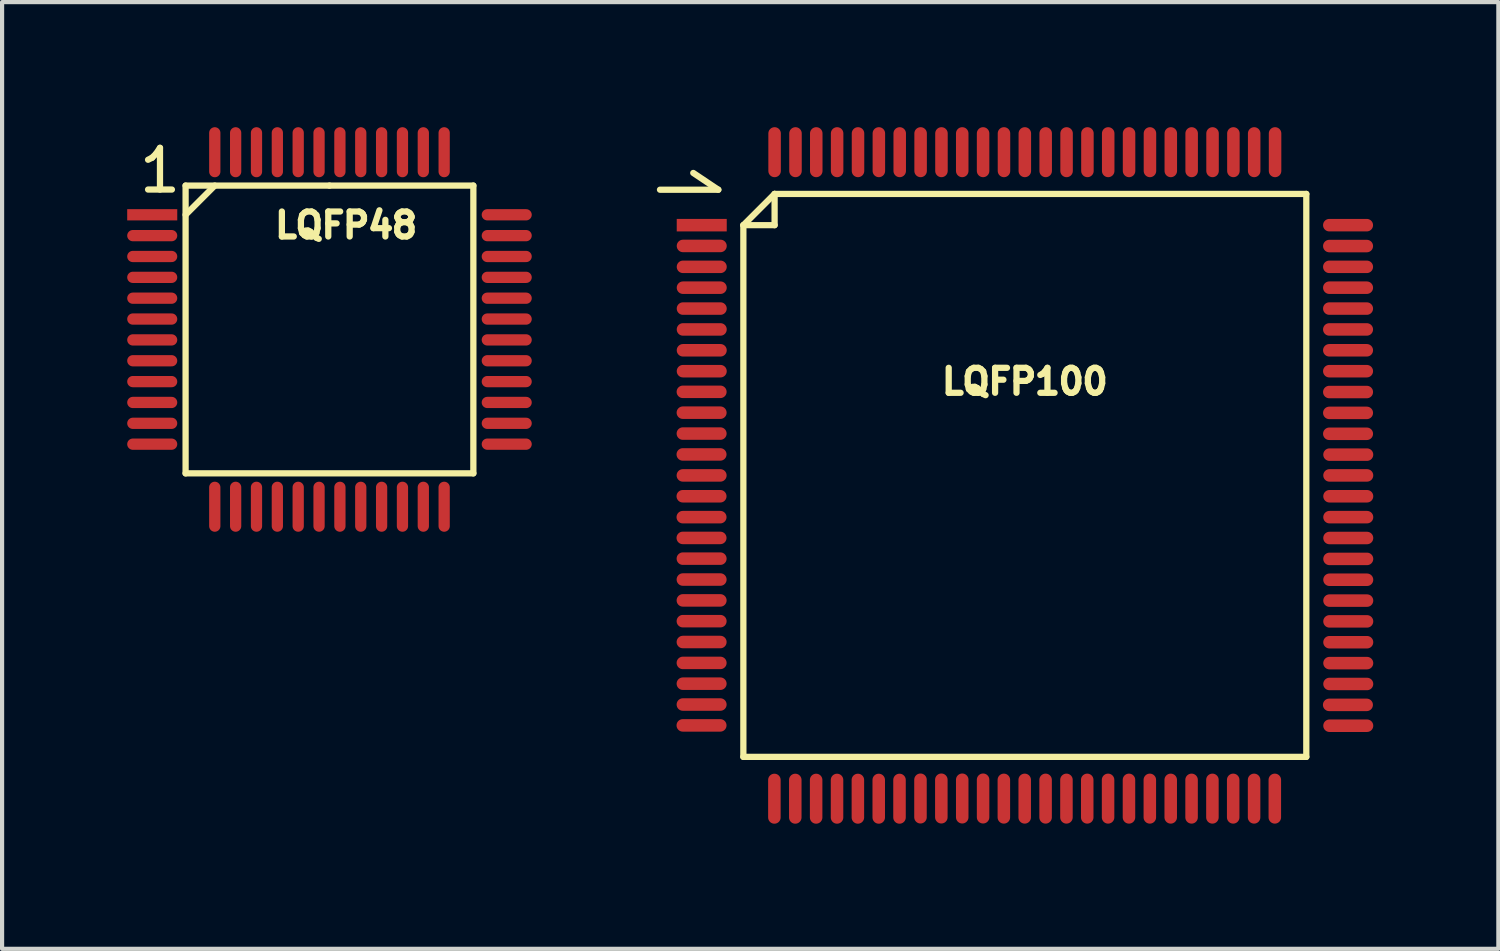
<source format=kicad_pcb>
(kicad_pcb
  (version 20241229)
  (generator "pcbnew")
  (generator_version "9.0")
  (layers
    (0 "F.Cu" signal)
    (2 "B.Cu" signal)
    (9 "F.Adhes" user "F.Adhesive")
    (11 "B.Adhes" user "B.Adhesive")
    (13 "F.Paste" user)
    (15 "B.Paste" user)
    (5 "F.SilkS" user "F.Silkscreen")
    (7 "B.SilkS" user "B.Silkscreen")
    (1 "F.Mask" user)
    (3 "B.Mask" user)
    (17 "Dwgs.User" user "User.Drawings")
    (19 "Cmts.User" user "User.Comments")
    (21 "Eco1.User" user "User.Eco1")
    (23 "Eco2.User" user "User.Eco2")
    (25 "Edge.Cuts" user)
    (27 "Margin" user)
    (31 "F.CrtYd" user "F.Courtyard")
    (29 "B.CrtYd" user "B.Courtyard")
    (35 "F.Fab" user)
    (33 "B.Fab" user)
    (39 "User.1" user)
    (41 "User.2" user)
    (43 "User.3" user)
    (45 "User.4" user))
  (footprint "LQFP48"
    (layer "F.Cu")
    (at 4.85 4.85)
    (property "Reference" "LQFP48" (at 0.399 -2.499 0) (layer "F.SilkS") (effects (font (size 0.599 0.599) (thickness 0.15))))
    (attr through_hole)
    (fp_line (start -3.45 -3.45) (end 0 -3.45) (stroke (width 0.15) (type solid)) (layer "F.SilkS"))
    (fp_line (start -3.45 -2.75) (end -2.75 -3.45) (stroke (width 0.15) (type solid)) (layer "F.SilkS"))
    (fp_line (start -3.45 3.45) (end -3.45 -3.45) (stroke (width 0.15) (type solid)) (layer "F.SilkS"))
    (fp_line (start 0 -3.45) (end 3.45 -3.45) (stroke (width 0.15) (type solid)) (layer "F.SilkS"))
    (fp_line (start 3.45 -3.45) (end 3.45 3.45) (stroke (width 0.15) (type solid)) (layer "F.SilkS"))
    (fp_line (start 3.45 3.45) (end -3.45 3.45) (stroke (width 0.15) (type solid)) (layer "F.SilkS"))
    (fp_text user "1" (at -4.064 -3.81 0) (layer "F.SilkS") (effects (font (size 1 1) (thickness 0.15))))
    (pad "1" smd rect (at -4.25 -2.75) (size 1.2 0.27) (layers "F.Cu" "F.Mask" "F.Paste"))
    (pad "2" smd oval (at -4.25 -2.25) (size 1.2 0.27) (layers "F.Cu" "F.Mask" "F.Paste"))
    (pad "3" smd oval (at -4.25 -1.75) (size 1.2 0.27) (layers "F.Cu" "F.Mask" "F.Paste"))
    (pad "4" smd oval (at -4.25 -1.25) (size 1.2 0.27) (layers "F.Cu" "F.Mask" "F.Paste"))
    (pad "5" smd oval (at -4.25 -0.75) (size 1.2 0.27) (layers "F.Cu" "F.Mask" "F.Paste"))
    (pad "6" smd oval (at -4.25 -0.25) (size 1.2 0.27) (layers "F.Cu" "F.Mask" "F.Paste"))
    (pad "7" smd oval (at -4.25 0.25) (size 1.2 0.27) (layers "F.Cu" "F.Mask" "F.Paste"))
    (pad "8" smd oval (at -4.25 0.75) (size 1.2 0.27) (layers "F.Cu" "F.Mask" "F.Paste"))
    (pad "9" smd oval (at -4.25 1.25) (size 1.2 0.27) (layers "F.Cu" "F.Mask" "F.Paste"))
    (pad "10" smd oval (at -4.25 1.75) (size 1.2 0.27) (layers "F.Cu" "F.Mask" "F.Paste"))
    (pad "11" smd oval (at -4.25 2.25) (size 1.2 0.27) (layers "F.Cu" "F.Mask" "F.Paste"))
    (pad "12" smd oval (at -4.25 2.75) (size 1.2 0.27) (layers "F.Cu" "F.Mask" "F.Paste"))
    (pad "13" smd oval (at -2.75 4.25 90) (size 1.2 0.27) (layers "F.Cu" "F.Mask" "F.Paste"))
    (pad "14" smd oval (at -2.25 4.25 90) (size 1.2 0.27) (layers "F.Cu" "F.Mask" "F.Paste"))
    (pad "15" smd oval (at -1.75 4.25 90) (size 1.2 0.27) (layers "F.Cu" "F.Mask" "F.Paste"))
    (pad "16" smd oval (at -1.25 4.25 90) (size 1.2 0.27) (layers "F.Cu" "F.Mask" "F.Paste"))
    (pad "17" smd oval (at -0.75 4.25 90) (size 1.2 0.27) (layers "F.Cu" "F.Mask" "F.Paste"))
    (pad "18" smd oval (at -0.25 4.25 90) (size 1.2 0.27) (layers "F.Cu" "F.Mask" "F.Paste"))
    (pad "19" smd oval (at 0.25 4.25 90) (size 1.2 0.27) (layers "F.Cu" "F.Mask" "F.Paste"))
    (pad "20" smd oval (at 0.75 4.25 90) (size 1.2 0.27) (layers "F.Cu" "F.Mask" "F.Paste"))
    (pad "21" smd oval (at 1.25 4.25 90) (size 1.2 0.27) (layers "F.Cu" "F.Mask" "F.Paste"))
    (pad "22" smd oval (at 1.75 4.25 90) (size 1.2 0.27) (layers "F.Cu" "F.Mask" "F.Paste"))
    (pad "23" smd oval (at 2.25 4.25 90) (size 1.2 0.27) (layers "F.Cu" "F.Mask" "F.Paste"))
    (pad "24" smd oval (at 2.75 4.25 90) (size 1.2 0.27) (layers "F.Cu" "F.Mask" "F.Paste"))
    (pad "25" smd oval (at 4.25 2.75) (size 1.2 0.27) (layers "F.Cu" "F.Mask" "F.Paste"))
    (pad "26" smd oval (at 4.25 2.25) (size 1.2 0.27) (layers "F.Cu" "F.Mask" "F.Paste"))
    (pad "27" smd oval (at 4.25 1.75) (size 1.2 0.27) (layers "F.Cu" "F.Mask" "F.Paste"))
    (pad "28" smd oval (at 4.25 1.25) (size 1.2 0.27) (layers "F.Cu" "F.Mask" "F.Paste"))
    (pad "29" smd oval (at 4.25 0.75) (size 1.2 0.27) (layers "F.Cu" "F.Mask" "F.Paste"))
    (pad "30" smd oval (at 4.25 0.25) (size 1.2 0.27) (layers "F.Cu" "F.Mask" "F.Paste"))
    (pad "31" smd oval (at 4.25 -0.25) (size 1.2 0.27) (layers "F.Cu" "F.Mask" "F.Paste"))
    (pad "32" smd oval (at 4.25 -0.75) (size 1.2 0.27) (layers "F.Cu" "F.Mask" "F.Paste"))
    (pad "33" smd oval (at 4.25 -1.25) (size 1.2 0.27) (layers "F.Cu" "F.Mask" "F.Paste"))
    (pad "34" smd oval (at 4.25 -1.75) (size 1.2 0.27) (layers "F.Cu" "F.Mask" "F.Paste"))
    (pad "35" smd oval (at 4.25 -2.25) (size 1.2 0.27) (layers "F.Cu" "F.Mask" "F.Paste"))
    (pad "36" smd oval (at 4.25 -2.75) (size 1.2 0.27) (layers "F.Cu" "F.Mask" "F.Paste"))
    (pad "37" smd oval (at 2.75 -4.25 90) (size 1.2 0.27) (layers "F.Cu" "F.Mask" "F.Paste"))
    (pad "38" smd oval (at 2.25 -4.25 90) (size 1.2 0.27) (layers "F.Cu" "F.Mask" "F.Paste"))
    (pad "39" smd oval (at 1.75 -4.25 90) (size 1.2 0.27) (layers "F.Cu" "F.Mask" "F.Paste"))
    (pad "40" smd oval (at 1.25 -4.25 90) (size 1.2 0.27) (layers "F.Cu" "F.Mask" "F.Paste"))
    (pad "41" smd oval (at 0.75 -4.25 90) (size 1.2 0.27) (layers "F.Cu" "F.Mask" "F.Paste"))
    (pad "42" smd oval (at 0.25 -4.25 90) (size 1.2 0.27) (layers "F.Cu" "F.Mask" "F.Paste"))
    (pad "43" smd oval (at -0.25 -4.25 90) (size 1.2 0.27) (layers "F.Cu" "F.Mask" "F.Paste"))
    (pad "44" smd oval (at -0.75 -4.25 90) (size 1.2 0.27) (layers "F.Cu" "F.Mask" "F.Paste"))
    (pad "45" smd oval (at -1.25 -4.25 90) (size 1.2 0.27) (layers "F.Cu" "F.Mask" "F.Paste"))
    (pad "46" smd oval (at -1.75 -4.25 90) (size 1.2 0.27) (layers "F.Cu" "F.Mask" "F.Paste"))
    (pad "47" smd oval (at -2.25 -4.25 90) (size 1.2 0.27) (layers "F.Cu" "F.Mask" "F.Paste"))
    (pad "48" smd oval (at -2.75 -4.25 90) (size 1.2 0.27) (layers "F.Cu" "F.Mask" "F.Paste")))
  (footprint "LQFP100"
    (layer "F.Cu")
    (at 21.523 8.349)
    (property "Reference" "LQFP100" (at 0 -2.25 0) (layer "F.SilkS") (effects (font (size 0.599 0.599) (thickness 0.15))))
    (attr through_hole)
    (fp_line (start -8.748 -6.85) (end -7.348 -6.85) (stroke (width 0.15) (type solid)) (layer "F.SilkS"))
    (fp_line (start -7.351 -6.85) (end -7.95 -7.252) (stroke (width 0.15) (type solid)) (layer "F.SilkS"))
    (fp_line (start -6.749 -6) (end -6.749 6.749) (stroke (width 0.15) (type solid)) (layer "F.SilkS"))
    (fp_line (start -6.749 -6) (end -6 -6) (stroke (width 0.15) (type solid)) (layer "F.SilkS"))
    (fp_line (start -6.749 6.749) (end 6.749 6.749) (stroke (width 0.15) (type solid)) (layer "F.SilkS"))
    (fp_line (start -6 -6.749) (end -6.749 -6) (stroke (width 0.15) (type solid)) (layer "F.SilkS"))
    (fp_line (start -6 -6) (end -6 -6.749) (stroke (width 0.15) (type solid)) (layer "F.SilkS"))
    (fp_line (start 6.749 -6.749) (end -6 -6.749) (stroke (width 0.15) (type solid)) (layer "F.SilkS"))
    (fp_line (start 6.749 6.749) (end 6.749 -6.749) (stroke (width 0.15) (type solid)) (layer "F.SilkS"))
    (pad "1" smd rect (at -7.747 -6) (size 1.199 0.3) (layers "F.Cu" "F.Mask" "F.Paste"))
    (pad "2" smd oval (at -7.747 -5.502) (size 1.199 0.3) (layers "F.Cu" "F.Mask" "F.Paste"))
    (pad "3" smd oval (at -7.747 -5.001) (size 1.199 0.3) (layers "F.Cu" "F.Mask" "F.Paste"))
    (pad "4" smd oval (at -7.747 -4.501) (size 1.199 0.3) (layers "F.Cu" "F.Mask" "F.Paste"))
    (pad "5" smd oval (at -7.747 -4) (size 1.199 0.3) (layers "F.Cu" "F.Mask" "F.Paste"))
    (pad "6" smd oval (at -7.747 -3.5) (size 1.199 0.3) (layers "F.Cu" "F.Mask" "F.Paste"))
    (pad "7" smd oval (at -7.747 -3) (size 1.199 0.3) (layers "F.Cu" "F.Mask" "F.Paste"))
    (pad "8" smd oval (at -7.747 -2.499) (size 1.199 0.3) (layers "F.Cu" "F.Mask" "F.Paste"))
    (pad "9" smd oval (at -7.75 -2.004) (size 1.199 0.3) (layers "F.Cu" "F.Mask" "F.Paste"))
    (pad "10" smd oval (at -7.75 -1.504) (size 1.199 0.3) (layers "F.Cu" "F.Mask" "F.Paste"))
    (pad "11" smd oval (at -7.75 -1.003) (size 1.199 0.3) (layers "F.Cu" "F.Mask" "F.Paste"))
    (pad "12" smd oval (at -7.752 -0.503) (size 1.199 0.3) (layers "F.Cu" "F.Mask" "F.Paste"))
    (pad "13" smd oval (at -7.75 0) (size 1.199 0.3) (layers "F.Cu" "F.Mask" "F.Paste"))
    (pad "14" smd oval (at -7.752 0.5) (size 1.199 0.3) (layers "F.Cu" "F.Mask" "F.Paste"))
    (pad "15" smd oval (at -7.752 1.001) (size 1.199 0.3) (layers "F.Cu" "F.Mask" "F.Paste"))
    (pad "16" smd oval (at -7.752 1.499) (size 1.199 0.3) (layers "F.Cu" "F.Mask" "F.Paste"))
    (pad "17" smd oval (at -7.75 1.996) (size 1.199 0.3) (layers "F.Cu" "F.Mask" "F.Paste"))
    (pad "18" smd oval (at -7.75 2.497) (size 1.199 0.3) (layers "F.Cu" "F.Mask" "F.Paste"))
    (pad "19" smd oval (at -7.75 2.997) (size 1.199 0.3) (layers "F.Cu" "F.Mask" "F.Paste"))
    (pad "20" smd oval (at -7.75 3.495) (size 1.199 0.3) (layers "F.Cu" "F.Mask" "F.Paste"))
    (pad "21" smd oval (at -7.75 3.995) (size 1.199 0.3) (layers "F.Cu" "F.Mask" "F.Paste"))
    (pad "22" smd oval (at -7.75 4.496) (size 1.199 0.3) (layers "F.Cu" "F.Mask" "F.Paste"))
    (pad "23" smd oval (at -7.75 4.994) (size 1.199 0.3) (layers "F.Cu" "F.Mask" "F.Paste"))
    (pad "24" smd oval (at -7.75 5.494) (size 1.199 0.3) (layers "F.Cu" "F.Mask" "F.Paste"))
    (pad "25" smd oval (at -7.752 5.994) (size 1.199 0.3) (layers "F.Cu" "F.Mask" "F.Paste"))
    (pad "26" smd oval (at -6.005 7.752 90) (size 1.199 0.3) (layers "F.Cu" "F.Mask" "F.Paste"))
    (pad "27" smd oval (at -5.504 7.752 90) (size 1.199 0.3) (layers "F.Cu" "F.Mask" "F.Paste"))
    (pad "28" smd oval (at -5.004 7.752 90) (size 1.199 0.3) (layers "F.Cu" "F.Mask" "F.Paste"))
    (pad "29" smd oval (at -4.503 7.752 90) (size 1.199 0.3) (layers "F.Cu" "F.Mask" "F.Paste"))
    (pad "30" smd oval (at -4.003 7.752 90) (size 1.199 0.3) (layers "F.Cu" "F.Mask" "F.Paste"))
    (pad "31" smd oval (at -3.503 7.752 90) (size 1.199 0.3) (layers "F.Cu" "F.Mask" "F.Paste"))
    (pad "32" smd oval (at -3.005 7.752 90) (size 1.199 0.3) (layers "F.Cu" "F.Mask" "F.Paste"))
    (pad "33" smd oval (at -2.502 7.747 90) (size 1.199 0.3) (layers "F.Cu" "F.Mask" "F.Paste"))
    (pad "34" smd oval (at -2.002 7.747 90) (size 1.199 0.3) (layers "F.Cu" "F.Mask" "F.Paste"))
    (pad "35" smd oval (at -1.501 7.747 90) (size 1.199 0.3) (layers "F.Cu" "F.Mask" "F.Paste"))
    (pad "36" smd oval (at -1.001 7.747 90) (size 1.199 0.3) (layers "F.Cu" "F.Mask" "F.Paste"))
    (pad "37" smd oval (at -0.503 7.75 90) (size 1.199 0.3) (layers "F.Cu" "F.Mask" "F.Paste"))
    (pad "38" smd oval (at -0.003 7.75 90) (size 1.199 0.3) (layers "F.Cu" "F.Mask" "F.Paste"))
    (pad "39" smd oval (at 0.498 7.75 90) (size 1.199 0.3) (layers "F.Cu" "F.Mask" "F.Paste"))
    (pad "40" smd oval (at 0.998 7.75 90) (size 1.199 0.3) (layers "F.Cu" "F.Mask" "F.Paste"))
    (pad "41" smd oval (at 1.496 7.75 90) (size 1.199 0.3) (layers "F.Cu" "F.Mask" "F.Paste"))
    (pad "42" smd oval (at 1.996 7.75 90) (size 1.199 0.3) (layers "F.Cu" "F.Mask" "F.Paste"))
    (pad "43" smd oval (at 2.497 7.75 90) (size 1.199 0.3) (layers "F.Cu" "F.Mask" "F.Paste"))
    (pad "44" smd oval (at 2.997 7.75 90) (size 1.199 0.3) (layers "F.Cu" "F.Mask" "F.Paste"))
    (pad "45" smd oval (at 3.498 7.75 90) (size 1.199 0.3) (layers "F.Cu" "F.Mask" "F.Paste"))
    (pad "46" smd oval (at 3.998 7.75 90) (size 1.199 0.3) (layers "F.Cu" "F.Mask" "F.Paste"))
    (pad "47" smd oval (at 4.498 7.75 90) (size 1.199 0.3) (layers "F.Cu" "F.Mask" "F.Paste"))
    (pad "48" smd oval (at 4.996 7.75 90) (size 1.199 0.3) (layers "F.Cu" "F.Mask" "F.Paste"))
    (pad "49" smd oval (at 5.497 7.75 90) (size 1.199 0.3) (layers "F.Cu" "F.Mask" "F.Paste"))
    (pad "50" smd oval (at 5.994 7.75 90) (size 1.199 0.3) (layers "F.Cu" "F.Mask" "F.Paste"))
    (pad "51" smd oval (at 7.755 6.002 180) (size 1.199 0.3) (layers "F.Cu" "F.Mask" "F.Paste"))
    (pad "52" smd oval (at 7.747 5.502 180) (size 1.199 0.3) (layers "F.Cu" "F.Mask" "F.Paste"))
    (pad "53" smd oval (at 7.755 5.001 180) (size 1.199 0.3) (layers "F.Cu" "F.Mask" "F.Paste"))
    (pad "54" smd oval (at 7.755 4.501 180) (size 1.199 0.3) (layers "F.Cu" "F.Mask" "F.Paste"))
    (pad "55" smd oval (at 7.755 4 180) (size 1.199 0.3) (layers "F.Cu" "F.Mask" "F.Paste"))
    (pad "56" smd oval (at 7.755 3.5 180) (size 1.199 0.3) (layers "F.Cu" "F.Mask" "F.Paste"))
    (pad "57" smd oval (at 7.755 3.002 180) (size 1.199 0.3) (layers "F.Cu" "F.Mask" "F.Paste"))
    (pad "58" smd oval (at 7.755 2.502 180) (size 1.199 0.3) (layers "F.Cu" "F.Mask" "F.Paste"))
    (pad "59" smd oval (at 7.755 2.002 180) (size 1.199 0.3) (layers "F.Cu" "F.Mask" "F.Paste"))
    (pad "60" smd oval (at 7.755 1.501 180) (size 1.199 0.3) (layers "F.Cu" "F.Mask" "F.Paste"))
    (pad "61" smd oval (at 7.755 1.001 180) (size 1.199 0.3) (layers "F.Cu" "F.Mask" "F.Paste"))
    (pad "62" smd oval (at 7.755 0.5 180) (size 1.199 0.3) (layers "F.Cu" "F.Mask" "F.Paste"))
    (pad "63" smd oval (at 7.755 0 180) (size 1.199 0.3) (layers "F.Cu" "F.Mask" "F.Paste"))
    (pad "64" smd oval (at 7.755 -0.498 180) (size 1.199 0.3) (layers "F.Cu" "F.Mask" "F.Paste"))
    (pad "65" smd oval (at 7.75 -0.998) (size 1.199 0.3) (layers "F.Cu" "F.Mask" "F.Paste"))
    (pad "66" smd oval (at 7.75 -1.499) (size 1.199 0.3) (layers "F.Cu" "F.Mask" "F.Paste"))
    (pad "67" smd oval (at 7.75 -1.999) (size 1.199 0.3) (layers "F.Cu" "F.Mask" "F.Paste"))
    (pad "68" smd oval (at 7.75 -2.499) (size 1.199 0.3) (layers "F.Cu" "F.Mask" "F.Paste"))
    (pad "69" smd oval (at 7.75 -3) (size 1.199 0.3) (layers "F.Cu" "F.Mask" "F.Paste"))
    (pad "70" smd oval (at 7.75 -3.5) (size 1.199 0.3) (layers "F.Cu" "F.Mask" "F.Paste"))
    (pad "71" smd oval (at 7.75 -4) (size 1.199 0.3) (layers "F.Cu" "F.Mask" "F.Paste"))
    (pad "72" smd oval (at 7.75 -4.501) (size 1.199 0.3) (layers "F.Cu" "F.Mask" "F.Paste"))
    (pad "73" smd oval (at 7.75 -5.001) (size 1.199 0.3) (layers "F.Cu" "F.Mask" "F.Paste"))
    (pad "74" smd oval (at 7.75 -5.499) (size 1.199 0.3) (layers "F.Cu" "F.Mask" "F.Paste"))
    (pad "75" smd oval (at 7.75 -6) (size 1.199 0.3) (layers "F.Cu" "F.Mask" "F.Paste"))
    (pad "76" smd oval (at 6 -7.75 90) (size 1.199 0.3) (layers "F.Cu" "F.Mask" "F.Paste"))
    (pad "77" smd oval (at 5.499 -7.75 90) (size 1.199 0.3) (layers "F.Cu" "F.Mask" "F.Paste"))
    (pad "78" smd oval (at 5.001 -7.75 90) (size 1.199 0.3) (layers "F.Cu" "F.Mask" "F.Paste"))
    (pad "79" smd oval (at 4.501 -7.75 90) (size 1.199 0.3) (layers "F.Cu" "F.Mask" "F.Paste"))
    (pad "80" smd oval (at 4 -7.75 90) (size 1.199 0.3) (layers "F.Cu" "F.Mask" "F.Paste"))
    (pad "81" smd oval (at 3.5 -7.75 90) (size 1.199 0.3) (layers "F.Cu" "F.Mask" "F.Paste"))
    (pad "82" smd oval (at 3 -7.75 90) (size 1.199 0.3) (layers "F.Cu" "F.Mask" "F.Paste"))
    (pad "83" smd oval (at 2.499 -7.75 90) (size 1.199 0.3) (layers "F.Cu" "F.Mask" "F.Paste"))
    (pad "84" smd oval (at 1.999 -7.75 90) (size 1.199 0.3) (layers "F.Cu" "F.Mask" "F.Paste"))
    (pad "85" smd oval (at 1.501 -7.75 90) (size 1.199 0.3) (layers "F.Cu" "F.Mask" "F.Paste"))
    (pad "86" smd oval (at 1.001 -7.75 90) (size 1.199 0.3) (layers "F.Cu" "F.Mask" "F.Paste"))
    (pad "87" smd oval (at 0.5 -7.75 90) (size 1.199 0.3) (layers "F.Cu" "F.Mask" "F.Paste"))
    (pad "88" smd oval (at 0 -7.75 90) (size 1.199 0.3) (layers "F.Cu" "F.Mask" "F.Paste"))
    (pad "89" smd oval (at -0.5 -7.75 90) (size 1.199 0.3) (layers "F.Cu" "F.Mask" "F.Paste"))
    (pad "90" smd oval (at -1.001 -7.75 90) (size 1.199 0.3) (layers "F.Cu" "F.Mask" "F.Paste"))
    (pad "91" smd oval (at -1.501 -7.75 90) (size 1.199 0.3) (layers "F.Cu" "F.Mask" "F.Paste"))
    (pad "92" smd oval (at -1.999 -7.75 90) (size 1.199 0.3) (layers "F.Cu" "F.Mask" "F.Paste"))
    (pad "93" smd oval (at -2.499 -7.75 90) (size 1.199 0.3) (layers "F.Cu" "F.Mask" "F.Paste"))
    (pad "94" smd oval (at -3 -7.75 90) (size 1.199 0.3) (layers "F.Cu" "F.Mask" "F.Paste"))
    (pad "95" smd oval (at -3.5 -7.75 90) (size 1.199 0.3) (layers "F.Cu" "F.Mask" "F.Paste"))
    (pad "96" smd oval (at -4 -7.75 90) (size 1.199 0.3) (layers "F.Cu" "F.Mask" "F.Paste"))
    (pad "97" smd oval (at -4.501 -7.75 90) (size 1.199 0.3) (layers "F.Cu" "F.Mask" "F.Paste"))
    (pad "98" smd oval (at -5.001 -7.75 90) (size 1.199 0.3) (layers "F.Cu" "F.Mask" "F.Paste"))
    (pad "99" smd oval (at -5.499 -7.75 90) (size 1.199 0.3) (layers "F.Cu" "F.Mask" "F.Paste"))
    (pad "100" smd oval (at -6 -7.75 90) (size 1.199 0.3) (layers "F.Cu" "F.Mask" "F.Paste")))
  (gr_rect
    (start -3 -3)
    (end 32.877 19.701)
    (stroke (width 0.1) (type default))
    (fill no)
    (layer "Edge.Cuts")))
</source>
